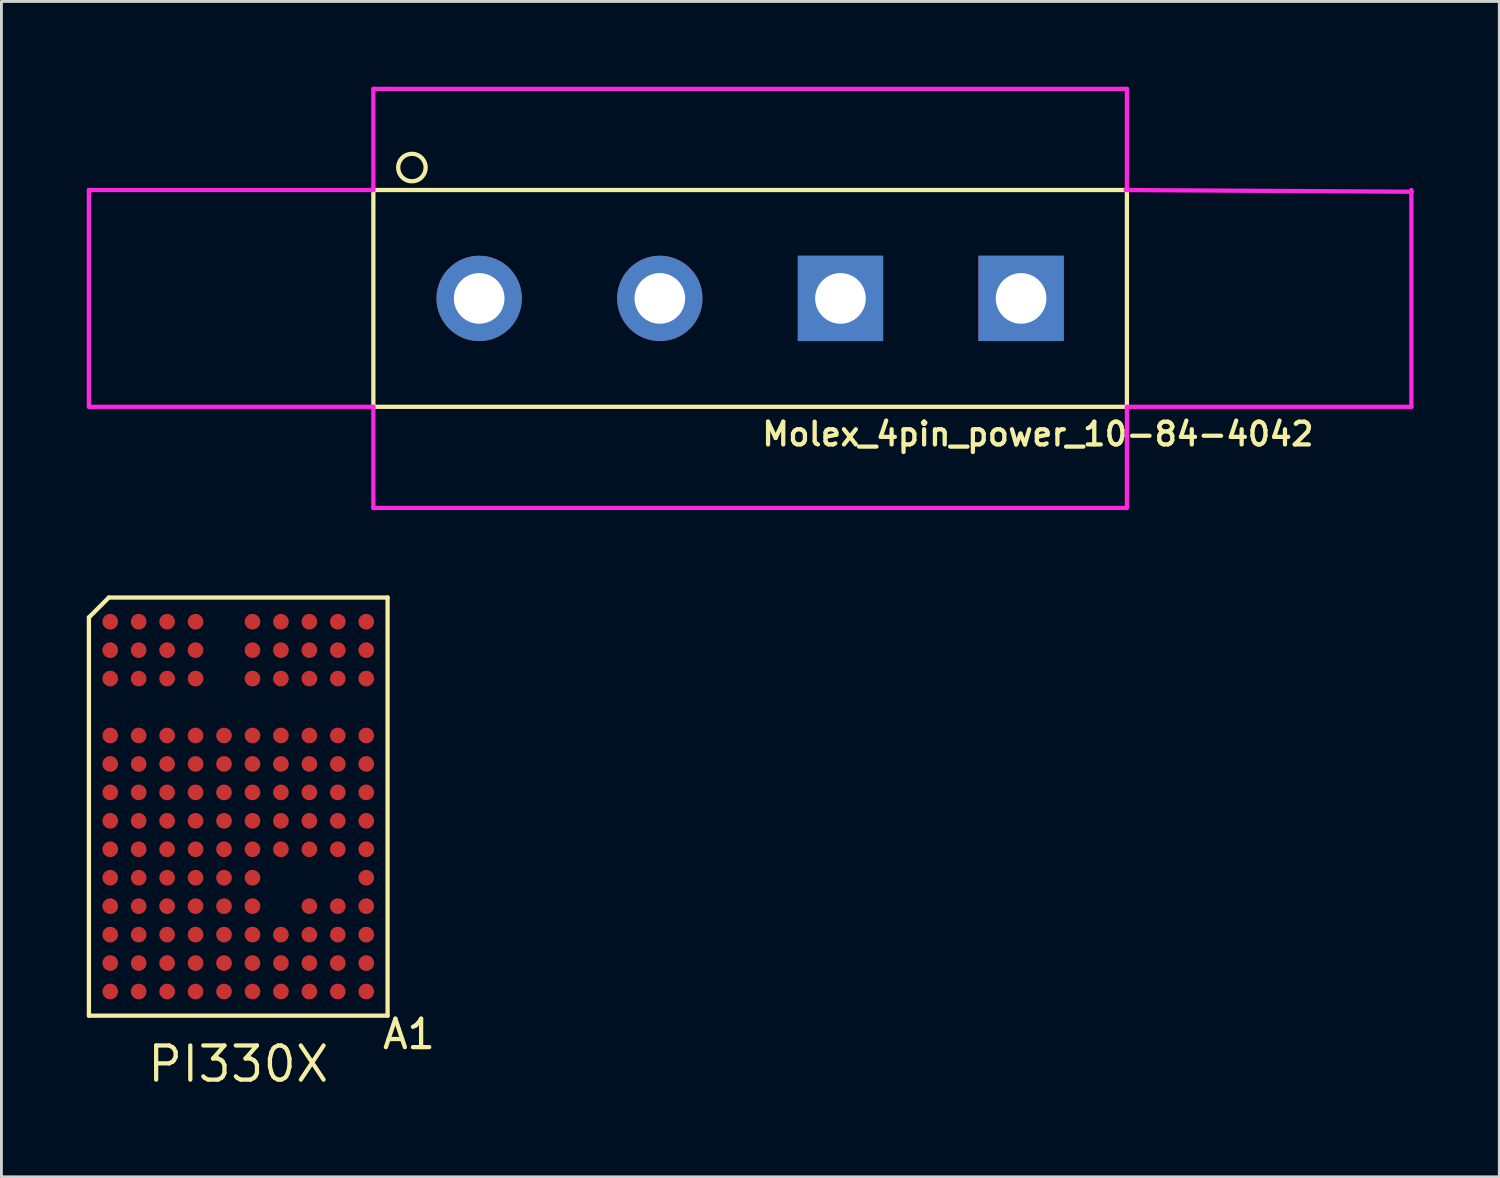
<source format=kicad_pcb>
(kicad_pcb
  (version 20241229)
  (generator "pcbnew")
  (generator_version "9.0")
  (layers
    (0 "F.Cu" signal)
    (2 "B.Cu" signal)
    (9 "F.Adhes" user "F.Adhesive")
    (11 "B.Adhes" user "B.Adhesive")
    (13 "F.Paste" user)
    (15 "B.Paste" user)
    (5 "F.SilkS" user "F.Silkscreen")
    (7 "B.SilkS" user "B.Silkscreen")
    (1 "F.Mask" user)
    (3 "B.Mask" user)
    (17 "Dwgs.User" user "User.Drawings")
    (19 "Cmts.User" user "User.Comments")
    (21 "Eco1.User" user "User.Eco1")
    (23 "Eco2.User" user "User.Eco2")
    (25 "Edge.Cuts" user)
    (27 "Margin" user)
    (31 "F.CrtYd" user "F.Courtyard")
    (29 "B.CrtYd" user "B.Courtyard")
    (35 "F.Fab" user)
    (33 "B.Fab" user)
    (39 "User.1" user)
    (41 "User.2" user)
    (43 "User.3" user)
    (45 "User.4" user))
  (footprint "Molex_4pin_power_10-84-4042"
    (layer "F.Cu")
    (at 23.32 7.44)
    (property "Reference" "Molex_4pin_power_10-84-4042" (at 10.116 4.771 0) (layer "F.SilkS") (effects (font (size 0.8 0.8) (thickness 0.15))))
    (attr through_hole)
    (fp_line (start -13.245 -3.81) (end -13.245 3.81) (stroke (width 0.15) (type solid)) (layer "F.SilkS"))
    (fp_line (start -13.245 -3.81) (end 13.245 -3.81) (stroke (width 0.15) (type solid)) (layer "F.SilkS"))
    (fp_line (start 13.245 -3.81) (end 13.245 3.81) (stroke (width 0.15) (type solid)) (layer "F.SilkS"))
    (fp_line (start 13.245 3.81) (end -13.245 3.81) (stroke (width 0.15) (type solid)) (layer "F.SilkS"))
    (fp_circle (center -11.89 -4.6) (end -11.45 -4.4) (stroke (width 0.15) (type solid)) (fill no) (layer "F.SilkS"))
    (fp_line (start -23.245 -3.81) (end -13.245 -3.81) (stroke (width 0.15) (type solid)) (layer "F.CrtYd"))
    (fp_line (start -23.245 3.81) (end -23.245 -3.81) (stroke (width 0.15) (type solid)) (layer "F.CrtYd"))
    (fp_line (start -13.245 -7.365) (end 13.245 -7.365) (stroke (width 0.15) (type solid)) (layer "F.CrtYd"))
    (fp_line (start -13.245 -3.81) (end -13.245 -7.365) (stroke (width 0.15) (type solid)) (layer "F.CrtYd"))
    (fp_line (start -13.245 3.81) (end -23.245 3.81) (stroke (width 0.15) (type solid)) (layer "F.CrtYd"))
    (fp_line (start -13.245 3.81) (end -13.245 7.365) (stroke (width 0.15) (type solid)) (layer "F.CrtYd"))
    (fp_line (start -13.245 7.365) (end 13.245 7.365) (stroke (width 0.15) (type solid)) (layer "F.CrtYd"))
    (fp_line (start 13.2 -3.81) (end 23.26 -3.75) (stroke (width 0.15) (type solid)) (layer "F.CrtYd"))
    (fp_line (start 13.245 -7.365) (end 13.245 -3.81) (stroke (width 0.15) (type solid)) (layer "F.CrtYd"))
    (fp_line (start 13.245 3.81) (end 23.245 3.81) (stroke (width 0.15) (type solid)) (layer "F.CrtYd"))
    (fp_line (start 13.245 7.365) (end 13.245 3.81) (stroke (width 0.15) (type solid)) (layer "F.CrtYd"))
    (fp_line (start 23.245 -3.81) (end 23.245 3.81) (stroke (width 0.15) (type solid)) (layer "F.CrtYd"))
    (pad "1" thru_hole circle (at -9.525 0) (size 3 3) (drill 1.78) (layers "*.Cu" "*.Mask"))
    (pad "2" thru_hole circle (at -3.175 0) (size 3 3) (drill 1.78) (layers "*.Cu" "*.Mask"))
    (pad "3" thru_hole rect (at 3.175 0) (size 3 3) (drill 1.78) (layers "*.Cu" "*.Mask"))
    (pad "4" thru_hole rect (at 9.525 0) (size 3 3) (drill 1.78) (layers "*.Cu" "*.Mask")))
  (footprint "PI330X"
    (layer "F.Cu")
    (at 5.325 25.305)
    (property "Reference" "PI330X" (at 0 9.05 0) (layer "F.SilkS") (effects (font (size 1.2 1.2) (thickness 0.15))))
    (attr through_hole)
    (fp_line (start -5.25 -6.65) (end -5.25 7.35) (stroke (width 0.15) (type solid)) (layer "F.SilkS"))
    (fp_line (start -5.25 7.35) (end 5.25 7.35) (stroke (width 0.15) (type solid)) (layer "F.SilkS"))
    (fp_line (start -4.55 -7.35) (end -5.25 -6.65) (stroke (width 0.15) (type solid)) (layer "F.SilkS"))
    (fp_line (start 5.25 -7.35) (end -4.55 -7.35) (stroke (width 0.15) (type solid)) (layer "F.SilkS"))
    (fp_line (start 5.25 7.35) (end 5.25 -7.35) (stroke (width 0.15) (type solid)) (layer "F.SilkS"))
    (fp_text user "A1" (at 6 8 0) (layer "F.SilkS") (effects (font (size 1 1) (thickness 0.15))))
    (pad "1" smd circle (at -4.5 -6.5) (size 0.55 0.55) (layers "F.Cu" "F.Mask" "F.Paste"))
    (pad "1" smd circle (at -4.5 -5.5) (size 0.55 0.55) (layers "F.Cu" "F.Mask" "F.Paste"))
    (pad "1" smd circle (at -4.5 -4.5) (size 0.55 0.55) (layers "F.Cu" "F.Mask" "F.Paste"))
    (pad "1" smd circle (at -3.5 -6.5) (size 0.55 0.55) (layers "F.Cu" "F.Mask" "F.Paste"))
    (pad "1" smd circle (at -3.5 -5.5) (size 0.55 0.55) (layers "F.Cu" "F.Mask" "F.Paste"))
    (pad "1" smd circle (at -3.5 -4.5) (size 0.55 0.55) (layers "F.Cu" "F.Mask" "F.Paste"))
    (pad "1" smd circle (at -2.5 -6.5) (size 0.55 0.55) (layers "F.Cu" "F.Mask" "F.Paste"))
    (pad "1" smd circle (at -2.5 -5.5) (size 0.55 0.55) (layers "F.Cu" "F.Mask" "F.Paste"))
    (pad "1" smd circle (at -2.5 -4.5) (size 0.55 0.55) (layers "F.Cu" "F.Mask" "F.Paste"))
    (pad "1" smd circle (at -1.5 -6.5) (size 0.55 0.55) (layers "F.Cu" "F.Mask" "F.Paste"))
    (pad "1" smd circle (at -1.5 -5.5) (size 0.55 0.55) (layers "F.Cu" "F.Mask" "F.Paste"))
    (pad "1" smd circle (at -1.5 -4.5) (size 0.55 0.55) (layers "F.Cu" "F.Mask" "F.Paste"))
    (pad "2" smd circle (at -4.5 3.5) (size 0.55 0.55) (layers "F.Cu" "F.Mask" "F.Paste"))
    (pad "3" smd circle (at -4.5 2.5) (size 0.55 0.55) (layers "F.Cu" "F.Mask" "F.Paste"))
    (pad "4" smd circle (at 4.5 6.5) (size 0.55 0.55) (layers "F.Cu" "F.Mask" "F.Paste"))
    (pad "5" smd circle (at 4.5 4.5) (size 0.55 0.55) (layers "F.Cu" "F.Mask" "F.Paste"))
    (pad "6" smd circle (at -4.5 -2.5) (size 0.55 0.55) (layers "F.Cu" "F.Mask" "F.Paste"))
    (pad "6" smd circle (at -4.5 -1.5) (size 0.55 0.55) (layers "F.Cu" "F.Mask" "F.Paste"))
    (pad "6" smd circle (at -4.5 -0.5) (size 0.55 0.55) (layers "F.Cu" "F.Mask" "F.Paste"))
    (pad "6" smd circle (at -4.5 0.5) (size 0.55 0.55) (layers "F.Cu" "F.Mask" "F.Paste"))
    (pad "6" smd circle (at -4.5 1.5) (size 0.55 0.55) (layers "F.Cu" "F.Mask" "F.Paste"))
    (pad "6" smd circle (at -3.5 -2.5) (size 0.55 0.55) (layers "F.Cu" "F.Mask" "F.Paste"))
    (pad "6" smd circle (at -3.5 -1.5) (size 0.55 0.55) (layers "F.Cu" "F.Mask" "F.Paste"))
    (pad "6" smd circle (at -3.5 -0.5) (size 0.55 0.55) (layers "F.Cu" "F.Mask" "F.Paste"))
    (pad "6" smd circle (at -3.5 0.5) (size 0.55 0.55) (layers "F.Cu" "F.Mask" "F.Paste"))
    (pad "6" smd circle (at -3.5 1.5) (size 0.55 0.55) (layers "F.Cu" "F.Mask" "F.Paste"))
    (pad "6" smd circle (at -3.5 2.5) (size 0.55 0.55) (layers "F.Cu" "F.Mask" "F.Paste"))
    (pad "6" smd circle (at -3.5 3.5) (size 0.55 0.55) (layers "F.Cu" "F.Mask" "F.Paste"))
    (pad "6" smd circle (at -2.5 -2.5) (size 0.55 0.55) (layers "F.Cu" "F.Mask" "F.Paste"))
    (pad "6" smd circle (at -2.5 -1.5) (size 0.55 0.55) (layers "F.Cu" "F.Mask" "F.Paste"))
    (pad "6" smd circle (at -2.5 -0.5) (size 0.55 0.55) (layers "F.Cu" "F.Mask" "F.Paste"))
    (pad "6" smd circle (at -2.5 0.5) (size 0.55 0.55) (layers "F.Cu" "F.Mask" "F.Paste"))
    (pad "6" smd circle (at -2.5 1.5) (size 0.55 0.55) (layers "F.Cu" "F.Mask" "F.Paste"))
    (pad "6" smd circle (at -2.5 2.5) (size 0.55 0.55) (layers "F.Cu" "F.Mask" "F.Paste"))
    (pad "6" smd circle (at -2.5 3.5) (size 0.55 0.55) (layers "F.Cu" "F.Mask" "F.Paste"))
    (pad "6" smd circle (at -1.5 -2.5) (size 0.55 0.55) (layers "F.Cu" "F.Mask" "F.Paste"))
    (pad "6" smd circle (at -1.5 -1.5) (size 0.55 0.55) (layers "F.Cu" "F.Mask" "F.Paste"))
    (pad "6" smd circle (at -1.5 -0.5) (size 0.55 0.55) (layers "F.Cu" "F.Mask" "F.Paste"))
    (pad "6" smd circle (at -1.5 0.5) (size 0.55 0.55) (layers "F.Cu" "F.Mask" "F.Paste"))
    (pad "6" smd circle (at -1.5 1.5) (size 0.55 0.55) (layers "F.Cu" "F.Mask" "F.Paste"))
    (pad "6" smd circle (at -1.5 2.5) (size 0.55 0.55) (layers "F.Cu" "F.Mask" "F.Paste"))
    (pad "6" smd circle (at -1.5 3.5) (size 0.55 0.55) (layers "F.Cu" "F.Mask" "F.Paste"))
    (pad "6" smd circle (at -0.5 -2.5) (size 0.55 0.55) (layers "F.Cu" "F.Mask" "F.Paste"))
    (pad "6" smd circle (at -0.5 -1.5) (size 0.55 0.55) (layers "F.Cu" "F.Mask" "F.Paste"))
    (pad "6" smd circle (at -0.5 -0.5) (size 0.55 0.55) (layers "F.Cu" "F.Mask" "F.Paste"))
    (pad "6" smd circle (at -0.5 0.5) (size 0.55 0.55) (layers "F.Cu" "F.Mask" "F.Paste"))
    (pad "6" smd circle (at -0.5 1.5) (size 0.55 0.55) (layers "F.Cu" "F.Mask" "F.Paste"))
    (pad "6" smd circle (at -0.5 2.5) (size 0.55 0.55) (layers "F.Cu" "F.Mask" "F.Paste"))
    (pad "6" smd circle (at -0.5 3.5) (size 0.55 0.55) (layers "F.Cu" "F.Mask" "F.Paste"))
    (pad "6" smd circle (at 0.5 -2.5) (size 0.55 0.55) (layers "F.Cu" "F.Mask" "F.Paste"))
    (pad "6" smd circle (at 0.5 -1.5) (size 0.55 0.55) (layers "F.Cu" "F.Mask" "F.Paste"))
    (pad "6" smd circle (at 0.5 -0.5) (size 0.55 0.55) (layers "F.Cu" "F.Mask" "F.Paste"))
    (pad "6" smd circle (at 0.5 0.5) (size 0.55 0.55) (layers "F.Cu" "F.Mask" "F.Paste"))
    (pad "6" smd circle (at 0.5 1.5) (size 0.55 0.55) (layers "F.Cu" "F.Mask" "F.Paste"))
    (pad "6" smd circle (at 0.5 2.5) (size 0.55 0.55) (layers "F.Cu" "F.Mask" "F.Paste"))
    (pad "6" smd circle (at 0.5 3.5) (size 0.55 0.55) (layers "F.Cu" "F.Mask" "F.Paste"))
    (pad "6" smd circle (at 1.5 -2.5) (size 0.55 0.55) (layers "F.Cu" "F.Mask" "F.Paste"))
    (pad "6" smd circle (at 1.5 -1.5) (size 0.55 0.55) (layers "F.Cu" "F.Mask" "F.Paste"))
    (pad "6" smd circle (at 1.5 -0.5) (size 0.55 0.55) (layers "F.Cu" "F.Mask" "F.Paste"))
    (pad "6" smd circle (at 2.5 -2.5) (size 0.55 0.55) (layers "F.Cu" "F.Mask" "F.Paste"))
    (pad "6" smd circle (at 2.5 -1.5) (size 0.55 0.55) (layers "F.Cu" "F.Mask" "F.Paste"))
    (pad "6" smd circle (at 2.5 -0.5) (size 0.55 0.55) (layers "F.Cu" "F.Mask" "F.Paste"))
    (pad "6" smd circle (at 3.5 -2.5) (size 0.55 0.55) (layers "F.Cu" "F.Mask" "F.Paste"))
    (pad "6" smd circle (at 3.5 -1.5) (size 0.55 0.55) (layers "F.Cu" "F.Mask" "F.Paste"))
    (pad "6" smd circle (at 3.5 -0.5) (size 0.55 0.55) (layers "F.Cu" "F.Mask" "F.Paste"))
    (pad "6" smd circle (at 4.5 -2.5) (size 0.55 0.55) (layers "F.Cu" "F.Mask" "F.Paste"))
    (pad "6" smd circle (at 4.5 -1.5) (size 0.55 0.55) (layers "F.Cu" "F.Mask" "F.Paste"))
    (pad "6" smd circle (at 4.5 -0.5) (size 0.55 0.55) (layers "F.Cu" "F.Mask" "F.Paste"))
    (pad "7" smd circle (at -4.5 5.5) (size 0.55 0.55) (layers "F.Cu" "F.Mask" "F.Paste"))
    (pad "7" smd circle (at -4.5 6.5) (size 0.55 0.55) (layers "F.Cu" "F.Mask" "F.Paste"))
    (pad "7" smd circle (at -3.5 4.5) (size 0.55 0.55) (layers "F.Cu" "F.Mask" "F.Paste"))
    (pad "7" smd circle (at -3.5 5.5) (size 0.55 0.55) (layers "F.Cu" "F.Mask" "F.Paste"))
    (pad "7" smd circle (at -3.5 6.5) (size 0.55 0.55) (layers "F.Cu" "F.Mask" "F.Paste"))
    (pad "7" smd circle (at -2.5 4.5) (size 0.55 0.55) (layers "F.Cu" "F.Mask" "F.Paste"))
    (pad "7" smd circle (at -2.5 5.5) (size 0.55 0.55) (layers "F.Cu" "F.Mask" "F.Paste"))
    (pad "7" smd circle (at -1.5 4.5) (size 0.55 0.55) (layers "F.Cu" "F.Mask" "F.Paste"))
    (pad "7" smd circle (at -1.5 5.5) (size 0.55 0.55) (layers "F.Cu" "F.Mask" "F.Paste"))
    (pad "7" smd circle (at -0.5 4.5) (size 0.55 0.55) (layers "F.Cu" "F.Mask" "F.Paste"))
    (pad "7" smd circle (at -0.5 5.5) (size 0.55 0.55) (layers "F.Cu" "F.Mask" "F.Paste"))
    (pad "7" smd circle (at -0.5 6.5) (size 0.55 0.55) (layers "F.Cu" "F.Mask" "F.Paste"))
    (pad "7" smd circle (at 0.5 4.5) (size 0.55 0.55) (layers "F.Cu" "F.Mask" "F.Paste"))
    (pad "7" smd circle (at 0.5 5.5) (size 0.55 0.55) (layers "F.Cu" "F.Mask" "F.Paste"))
    (pad "7" smd circle (at 0.5 6.5) (size 0.55 0.55) (layers "F.Cu" "F.Mask" "F.Paste"))
    (pad "7" smd circle (at 1.5 4.5) (size 0.55 0.55) (layers "F.Cu" "F.Mask" "F.Paste"))
    (pad "7" smd circle (at 1.5 5.5) (size 0.55 0.55) (layers "F.Cu" "F.Mask" "F.Paste"))
    (pad "7" smd circle (at 1.5 6.5) (size 0.55 0.55) (layers "F.Cu" "F.Mask" "F.Paste"))
    (pad "7" smd circle (at 2.5 3.5) (size 0.55 0.55) (layers "F.Cu" "F.Mask" "F.Paste"))
    (pad "7" smd circle (at 2.5 4.5) (size 0.55 0.55) (layers "F.Cu" "F.Mask" "F.Paste"))
    (pad "7" smd circle (at 2.5 5.5) (size 0.55 0.55) (layers "F.Cu" "F.Mask" "F.Paste"))
    (pad "7" smd circle (at 3.5 3.5) (size 0.55 0.55) (layers "F.Cu" "F.Mask" "F.Paste"))
    (pad "7" smd circle (at 3.5 4.5) (size 0.55 0.55) (layers "F.Cu" "F.Mask" "F.Paste"))
    (pad "7" smd circle (at 3.5 5.5) (size 0.55 0.55) (layers "F.Cu" "F.Mask" "F.Paste"))
    (pad "8" smd circle (at 2.5 6.5) (size 0.55 0.55) (layers "F.Cu" "F.Mask" "F.Paste"))
    (pad "9" smd circle (at 3.5 6.5) (size 0.55 0.55) (layers "F.Cu" "F.Mask" "F.Paste"))
    (pad "10" smd circle (at 4.5 5.5) (size 0.55 0.55) (layers "F.Cu" "F.Mask" "F.Paste"))
    (pad "11" smd circle (at 4.5 2.5) (size 0.55 0.55) (layers "F.Cu" "F.Mask" "F.Paste"))
    (pad "12" smd circle (at 1.5 0.5) (size 0.55 0.55) (layers "F.Cu" "F.Mask" "F.Paste"))
    (pad "12" smd circle (at 1.5 1.5) (size 0.55 0.55) (layers "F.Cu" "F.Mask" "F.Paste"))
    (pad "12" smd circle (at 2.5 0.5) (size 0.55 0.55) (layers "F.Cu" "F.Mask" "F.Paste"))
    (pad "12" smd circle (at 2.5 1.5) (size 0.55 0.55) (layers "F.Cu" "F.Mask" "F.Paste"))
    (pad "12" smd circle (at 3.5 0.5) (size 0.55 0.55) (layers "F.Cu" "F.Mask" "F.Paste"))
    (pad "12" smd circle (at 3.5 1.5) (size 0.55 0.55) (layers "F.Cu" "F.Mask" "F.Paste"))
    (pad "12" smd circle (at 4.5 0.5) (size 0.55 0.55) (layers "F.Cu" "F.Mask" "F.Paste"))
    (pad "12" smd circle (at 4.5 1.5) (size 0.55 0.55) (layers "F.Cu" "F.Mask" "F.Paste"))
    (pad "13" smd circle (at 0.5 -6.5) (size 0.55 0.55) (layers "F.Cu" "F.Mask" "F.Paste"))
    (pad "13" smd circle (at 0.5 -5.5) (size 0.55 0.55) (layers "F.Cu" "F.Mask" "F.Paste"))
    (pad "13" smd circle (at 0.5 -4.5) (size 0.55 0.55) (layers "F.Cu" "F.Mask" "F.Paste"))
    (pad "13" smd circle (at 1.5 -6.5) (size 0.55 0.55) (layers "F.Cu" "F.Mask" "F.Paste"))
    (pad "13" smd circle (at 1.5 -5.5) (size 0.55 0.55) (layers "F.Cu" "F.Mask" "F.Paste"))
    (pad "13" smd circle (at 1.5 -4.5) (size 0.55 0.55) (layers "F.Cu" "F.Mask" "F.Paste"))
    (pad "13" smd circle (at 2.5 -6.5) (size 0.55 0.55) (layers "F.Cu" "F.Mask" "F.Paste"))
    (pad "13" smd circle (at 2.5 -5.5) (size 0.55 0.55) (layers "F.Cu" "F.Mask" "F.Paste"))
    (pad "13" smd circle (at 2.5 -4.5) (size 0.55 0.55) (layers "F.Cu" "F.Mask" "F.Paste"))
    (pad "13" smd circle (at 3.5 -6.5) (size 0.55 0.55) (layers "F.Cu" "F.Mask" "F.Paste"))
    (pad "13" smd circle (at 3.5 -5.5) (size 0.55 0.55) (layers "F.Cu" "F.Mask" "F.Paste"))
    (pad "13" smd circle (at 3.5 -4.5) (size 0.55 0.55) (layers "F.Cu" "F.Mask" "F.Paste"))
    (pad "13" smd circle (at 4.5 -6.5) (size 0.55 0.55) (layers "F.Cu" "F.Mask" "F.Paste"))
    (pad "13" smd circle (at 4.5 -5.5) (size 0.55 0.55) (layers "F.Cu" "F.Mask" "F.Paste"))
    (pad "13" smd circle (at 4.5 -4.5) (size 0.55 0.55) (layers "F.Cu" "F.Mask" "F.Paste"))
    (pad "NC" smd circle (at -2.5 6.5) (size 0.55 0.55) (layers "F.Cu" "F.Mask" "F.Paste"))
    (pad "NC" smd circle (at -1.5 6.5) (size 0.55 0.55) (layers "F.Cu" "F.Mask" "F.Paste"))
    (pad "NC" smd circle (at 4.5 3.5) (size 0.55 0.55) (layers "F.Cu" "F.Mask" "F.Paste"))
    (pad "VDR" smd circle (at -4.5 4.5) (size 0.55 0.55) (layers "F.Cu" "F.Mask" "F.Paste")))
  (gr_rect
    (start -3 -3)
    (end 49.655 38.32)
    (stroke (width 0.1) (type default))
    (fill no)
    (layer "Edge.Cuts")))
</source>
